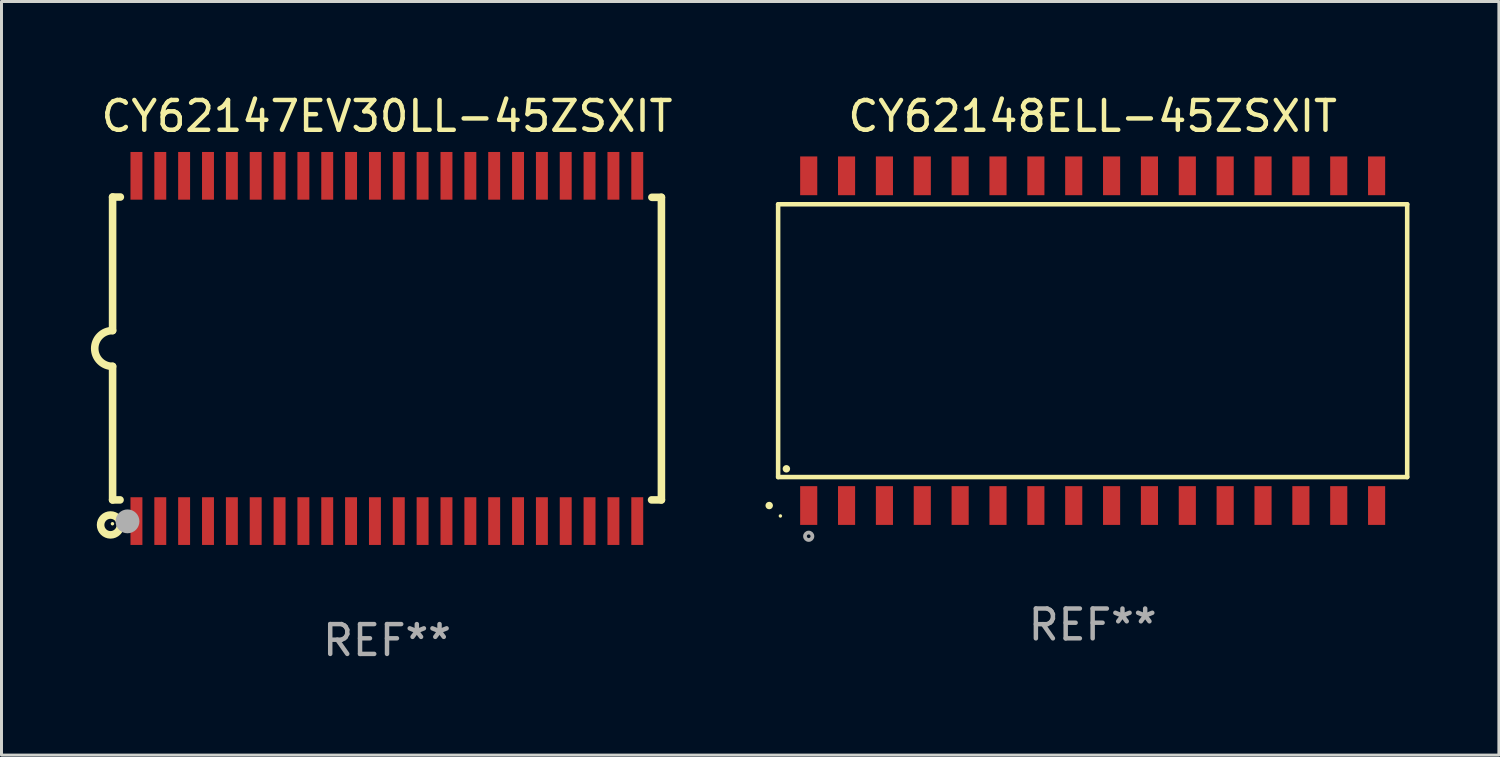
<source format=kicad_pcb>
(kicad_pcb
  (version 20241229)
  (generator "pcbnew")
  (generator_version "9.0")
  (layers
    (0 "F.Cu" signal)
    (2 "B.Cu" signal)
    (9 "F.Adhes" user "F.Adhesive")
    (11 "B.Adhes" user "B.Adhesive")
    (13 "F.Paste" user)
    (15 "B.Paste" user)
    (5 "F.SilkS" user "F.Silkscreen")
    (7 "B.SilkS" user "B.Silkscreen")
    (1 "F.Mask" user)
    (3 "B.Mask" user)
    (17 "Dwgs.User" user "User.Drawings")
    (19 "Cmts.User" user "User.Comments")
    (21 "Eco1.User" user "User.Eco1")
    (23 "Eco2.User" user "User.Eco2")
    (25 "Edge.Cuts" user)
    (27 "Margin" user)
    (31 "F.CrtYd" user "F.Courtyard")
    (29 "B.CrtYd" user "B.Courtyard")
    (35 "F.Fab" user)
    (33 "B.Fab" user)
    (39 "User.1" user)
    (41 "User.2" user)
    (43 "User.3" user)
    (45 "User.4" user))
  (footprint "CY62147EV30LL-45ZSXIT"
    (layer "F.Cu")
    (at 9.932 8.639)
    (property "Reference" "CY62147EV30LL-45ZSXIT" (at 0 -7.791 0) (layer "F.SilkS") (effects (font (size 1 1) (thickness 0.15))))
    (attr through_hole)
    (fp_line (start -9.205 -5.08) (end -9.205 -0.6) (stroke (width 0.254) (type solid)) (layer "F.SilkS"))
    (fp_line (start -9.205 5.08) (end -9.205 0.6) (stroke (width 0.254) (type solid)) (layer "F.SilkS"))
    (fp_line (start -8.955 5.08) (end -9.205 5.08) (stroke (width 0.254) (type solid)) (layer "F.SilkS"))
    (fp_line (start -8.945 -5.08) (end -9.205 -5.08) (stroke (width 0.254) (type solid)) (layer "F.SilkS"))
    (fp_line (start 8.885 -5.07) (end 9.205 -5.07) (stroke (width 0.254) (type solid)) (layer "F.SilkS"))
    (fp_line (start 9.205 -5.07) (end 9.205 5.08) (stroke (width 0.254) (type solid)) (layer "F.SilkS"))
    (fp_line (start 9.205 5.08) (end 8.875 5.08) (stroke (width 0.254) (type solid)) (layer "F.SilkS"))
    (fp_arc (start -9.204978 0.6) (mid -9.804623 0.000241) (end -9.204902 -0.599442) (stroke (width 0.254001) (type solid)) (layer "F.SilkS"))
    (fp_circle (center -9.275 5.92) (end -8.942 5.92) (stroke (width 0.254) (type solid)) (fill no) (layer "F.SilkS"))
    (fp_circle (center -9.21 5.88) (end -9.18 5.88) (stroke (width 0.06) (type solid)) (fill no) (layer "F.SilkS"))
    (fp_circle (center -8.705 5.8) (end -8.505 5.8) (stroke (width 0.4) (type solid)) (fill no) (layer "F.Fab"))
    (fp_text user "REF**" (at 0 9.791 0) (layer "F.Fab") (effects (font (size 1 1) (thickness 0.15))))
    (pad "1" smd rect (at -8.405 5.791) (size 0.4 1.6) (layers "F.Cu" "F.Mask" "F.Paste"))
    (pad "2" smd rect (at -7.605 5.791) (size 0.4 1.6) (layers "F.Cu" "F.Mask" "F.Paste"))
    (pad "3" smd rect (at -6.806 5.791) (size 0.4 1.6) (layers "F.Cu" "F.Mask" "F.Paste"))
    (pad "4" smd rect (at -6.005 5.791) (size 0.4 1.6) (layers "F.Cu" "F.Mask" "F.Paste"))
    (pad "5" smd rect (at -5.204 5.791) (size 0.4 1.6) (layers "F.Cu" "F.Mask" "F.Paste"))
    (pad "6" smd rect (at -4.405 5.791) (size 0.4 1.6) (layers "F.Cu" "F.Mask" "F.Paste"))
    (pad "7" smd rect (at -3.604 5.791) (size 0.4 1.6) (layers "F.Cu" "F.Mask" "F.Paste"))
    (pad "8" smd rect (at -2.805 5.791) (size 0.4 1.6) (layers "F.Cu" "F.Mask" "F.Paste"))
    (pad "9" smd rect (at -2.005 5.791) (size 0.4 1.6) (layers "F.Cu" "F.Mask" "F.Paste"))
    (pad "10" smd rect (at -1.206 5.791) (size 0.4 1.6) (layers "F.Cu" "F.Mask" "F.Paste"))
    (pad "11" smd rect (at -0.405 5.791) (size 0.4 1.6) (layers "F.Cu" "F.Mask" "F.Paste"))
    (pad "12" smd rect (at 0.395 5.791) (size 0.4 1.6) (layers "F.Cu" "F.Mask" "F.Paste"))
    (pad "13" smd rect (at 1.194 5.791) (size 0.4 1.6) (layers "F.Cu" "F.Mask" "F.Paste"))
    (pad "14" smd rect (at 1.995 5.791) (size 0.4 1.6) (layers "F.Cu" "F.Mask" "F.Paste"))
    (pad "15" smd rect (at 2.796 5.791) (size 0.4 1.6) (layers "F.Cu" "F.Mask" "F.Paste"))
    (pad "16" smd rect (at 3.595 5.791) (size 0.4 1.6) (layers "F.Cu" "F.Mask" "F.Paste"))
    (pad "17" smd rect (at 4.396 5.791) (size 0.4 1.6) (layers "F.Cu" "F.Mask" "F.Paste"))
    (pad "18" smd rect (at 5.196 5.791) (size 0.4 1.6) (layers "F.Cu" "F.Mask" "F.Paste"))
    (pad "19" smd rect (at 5.995 5.791) (size 0.4 1.6) (layers "F.Cu" "F.Mask" "F.Paste"))
    (pad "20" smd rect (at 6.794 5.791) (size 0.4 1.6) (layers "F.Cu" "F.Mask" "F.Paste"))
    (pad "21" smd rect (at 7.595 5.791) (size 0.4 1.6) (layers "F.Cu" "F.Mask" "F.Paste"))
    (pad "22" smd rect (at 8.395 5.791) (size 0.4 1.6) (layers "F.Cu" "F.Mask" "F.Paste"))
    (pad "23" smd rect (at 8.395 -5.791) (size 0.4 1.6) (layers "F.Cu" "F.Mask" "F.Paste"))
    (pad "24" smd rect (at 7.595 -5.791) (size 0.4 1.6) (layers "F.Cu" "F.Mask" "F.Paste"))
    (pad "25" smd rect (at 6.794 -5.791) (size 0.4 1.6) (layers "F.Cu" "F.Mask" "F.Paste"))
    (pad "26" smd rect (at 5.995 -5.791) (size 0.4 1.6) (layers "F.Cu" "F.Mask" "F.Paste"))
    (pad "27" smd rect (at 5.196 -5.791) (size 0.4 1.6) (layers "F.Cu" "F.Mask" "F.Paste"))
    (pad "28" smd rect (at 4.396 -5.791) (size 0.4 1.6) (layers "F.Cu" "F.Mask" "F.Paste"))
    (pad "29" smd rect (at 3.595 -5.791) (size 0.4 1.6) (layers "F.Cu" "F.Mask" "F.Paste"))
    (pad "30" smd rect (at 2.796 -5.791) (size 0.4 1.6) (layers "F.Cu" "F.Mask" "F.Paste"))
    (pad "31" smd rect (at 1.995 -5.791) (size 0.4 1.6) (layers "F.Cu" "F.Mask" "F.Paste"))
    (pad "32" smd rect (at 1.194 -5.791) (size 0.4 1.6) (layers "F.Cu" "F.Mask" "F.Paste"))
    (pad "33" smd rect (at 0.395 -5.791) (size 0.4 1.6) (layers "F.Cu" "F.Mask" "F.Paste"))
    (pad "34" smd rect (at -0.405 -5.791) (size 0.4 1.6) (layers "F.Cu" "F.Mask" "F.Paste"))
    (pad "35" smd rect (at -1.206 -5.791) (size 0.4 1.6) (layers "F.Cu" "F.Mask" "F.Paste"))
    (pad "36" smd rect (at -2.005 -5.791) (size 0.4 1.6) (layers "F.Cu" "F.Mask" "F.Paste"))
    (pad "37" smd rect (at -2.805 -5.791) (size 0.4 1.6) (layers "F.Cu" "F.Mask" "F.Paste"))
    (pad "38" smd rect (at -3.604 -5.791) (size 0.4 1.6) (layers "F.Cu" "F.Mask" "F.Paste"))
    (pad "39" smd rect (at -4.405 -5.791) (size 0.4 1.6) (layers "F.Cu" "F.Mask" "F.Paste"))
    (pad "40" smd rect (at -5.204 -5.791) (size 0.4 1.6) (layers "F.Cu" "F.Mask" "F.Paste"))
    (pad "41" smd rect (at -6.005 -5.791) (size 0.4 1.6) (layers "F.Cu" "F.Mask" "F.Paste"))
    (pad "42" smd rect (at -6.806 -5.791) (size 0.4 1.6) (layers "F.Cu" "F.Mask" "F.Paste"))
    (pad "43" smd rect (at -7.605 -5.791) (size 0.4 1.6) (layers "F.Cu" "F.Mask" "F.Paste"))
    (pad "44" smd rect (at -8.405 -5.791) (size 0.4 1.6) (layers "F.Cu" "F.Mask" "F.Paste")))
  (footprint "CY62148ELL-45ZSXIT"
    (layer "F.Cu")
    (at 33.603 8.378)
    (property "Reference" "CY62148ELL-45ZSXIT" (at 0 -7.53 0) (layer "F.SilkS") (effects (font (size 1 1) (thickness 0.15))))
    (attr through_hole)
    (fp_line (start -10.551 -4.575) (end 10.551 -4.575) (stroke (width 0.152) (type solid)) (layer "F.SilkS"))
    (fp_line (start -10.551 4.575) (end -10.551 -4.575) (stroke (width 0.152) (type solid)) (layer "F.SilkS"))
    (fp_line (start 10.551 -4.575) (end 10.551 4.575) (stroke (width 0.152) (type solid)) (layer "F.SilkS"))
    (fp_line (start 10.551 4.575) (end -10.551 4.575) (stroke (width 0.152) (type solid)) (layer "F.SilkS"))
    (fp_circle (center -10.85 5.53) (end -10.787 5.53) (stroke (width 0.125) (type solid)) (fill no) (layer "F.SilkS"))
    (fp_circle (center -10.475 5.88) (end -10.445 5.88) (stroke (width 0.06) (type solid)) (fill no) (layer "F.SilkS"))
    (fp_circle (center -10.274 4.298) (end -10.211 4.298) (stroke (width 0.125) (type solid)) (fill no) (layer "F.SilkS"))
    (fp_circle (center -9.525 6.561) (end -9.463 6.561) (stroke (width 0.125) (type solid)) (fill no) (layer "F.Fab"))
    (fp_text user "REF**" (at 0 9.53 0) (layer "F.Fab") (effects (font (size 1 1) (thickness 0.15))))
    (pad "1" smd rect (at -9.525 5.53) (size 0.574 1.3) (layers "F.Cu" "F.Mask" "F.Paste"))
    (pad "2" smd rect (at -8.255 5.53) (size 0.574 1.3) (layers "F.Cu" "F.Mask" "F.Paste"))
    (pad "3" smd rect (at -6.985 5.53) (size 0.574 1.3) (layers "F.Cu" "F.Mask" "F.Paste"))
    (pad "4" smd rect (at -5.715 5.53) (size 0.574 1.3) (layers "F.Cu" "F.Mask" "F.Paste"))
    (pad "5" smd rect (at -4.445 5.53) (size 0.574 1.3) (layers "F.Cu" "F.Mask" "F.Paste"))
    (pad "6" smd rect (at -3.175 5.53) (size 0.574 1.3) (layers "F.Cu" "F.Mask" "F.Paste"))
    (pad "7" smd rect (at -1.905 5.53) (size 0.574 1.3) (layers "F.Cu" "F.Mask" "F.Paste"))
    (pad "8" smd rect (at -0.635 5.53) (size 0.574 1.3) (layers "F.Cu" "F.Mask" "F.Paste"))
    (pad "9" smd rect (at 0.635 5.53) (size 0.574 1.3) (layers "F.Cu" "F.Mask" "F.Paste"))
    (pad "10" smd rect (at 1.905 5.53) (size 0.574 1.3) (layers "F.Cu" "F.Mask" "F.Paste"))
    (pad "11" smd rect (at 3.175 5.53) (size 0.574 1.3) (layers "F.Cu" "F.Mask" "F.Paste"))
    (pad "12" smd rect (at 4.445 5.53) (size 0.574 1.3) (layers "F.Cu" "F.Mask" "F.Paste"))
    (pad "13" smd rect (at 5.715 5.53) (size 0.574 1.3) (layers "F.Cu" "F.Mask" "F.Paste"))
    (pad "14" smd rect (at 6.985 5.53) (size 0.574 1.3) (layers "F.Cu" "F.Mask" "F.Paste"))
    (pad "15" smd rect (at 8.255 5.53) (size 0.574 1.3) (layers "F.Cu" "F.Mask" "F.Paste"))
    (pad "16" smd rect (at 9.525 5.53) (size 0.574 1.3) (layers "F.Cu" "F.Mask" "F.Paste"))
    (pad "17" smd rect (at 9.525 -5.53) (size 0.574 1.3) (layers "F.Cu" "F.Mask" "F.Paste"))
    (pad "18" smd rect (at 8.255 -5.53) (size 0.574 1.3) (layers "F.Cu" "F.Mask" "F.Paste"))
    (pad "19" smd rect (at 6.985 -5.53) (size 0.574 1.3) (layers "F.Cu" "F.Mask" "F.Paste"))
    (pad "20" smd rect (at 5.715 -5.53) (size 0.574 1.3) (layers "F.Cu" "F.Mask" "F.Paste"))
    (pad "21" smd rect (at 4.445 -5.53) (size 0.574 1.3) (layers "F.Cu" "F.Mask" "F.Paste"))
    (pad "22" smd rect (at 3.175 -5.53) (size 0.574 1.3) (layers "F.Cu" "F.Mask" "F.Paste"))
    (pad "23" smd rect (at 1.905 -5.53) (size 0.574 1.3) (layers "F.Cu" "F.Mask" "F.Paste"))
    (pad "24" smd rect (at 0.635 -5.53) (size 0.574 1.3) (layers "F.Cu" "F.Mask" "F.Paste"))
    (pad "25" smd rect (at -0.635 -5.53) (size 0.574 1.3) (layers "F.Cu" "F.Mask" "F.Paste"))
    (pad "26" smd rect (at -1.905 -5.53) (size 0.574 1.3) (layers "F.Cu" "F.Mask" "F.Paste"))
    (pad "27" smd rect (at -3.175 -5.53) (size 0.574 1.3) (layers "F.Cu" "F.Mask" "F.Paste"))
    (pad "28" smd rect (at -4.445 -5.53) (size 0.574 1.3) (layers "F.Cu" "F.Mask" "F.Paste"))
    (pad "29" smd rect (at -5.715 -5.53) (size 0.574 1.3) (layers "F.Cu" "F.Mask" "F.Paste"))
    (pad "30" smd rect (at -6.985 -5.53) (size 0.574 1.3) (layers "F.Cu" "F.Mask" "F.Paste"))
    (pad "31" smd rect (at -8.255 -5.53) (size 0.574 1.3) (layers "F.Cu" "F.Mask" "F.Paste"))
    (pad "32" smd rect (at -9.525 -5.53) (size 0.574 1.3) (layers "F.Cu" "F.Mask" "F.Paste")))
  (gr_rect
    (start -3 -3)
    (end 47.23 22.279)
    (stroke (width 0.1) (type default))
    (fill no)
    (layer "Edge.Cuts")))
</source>
